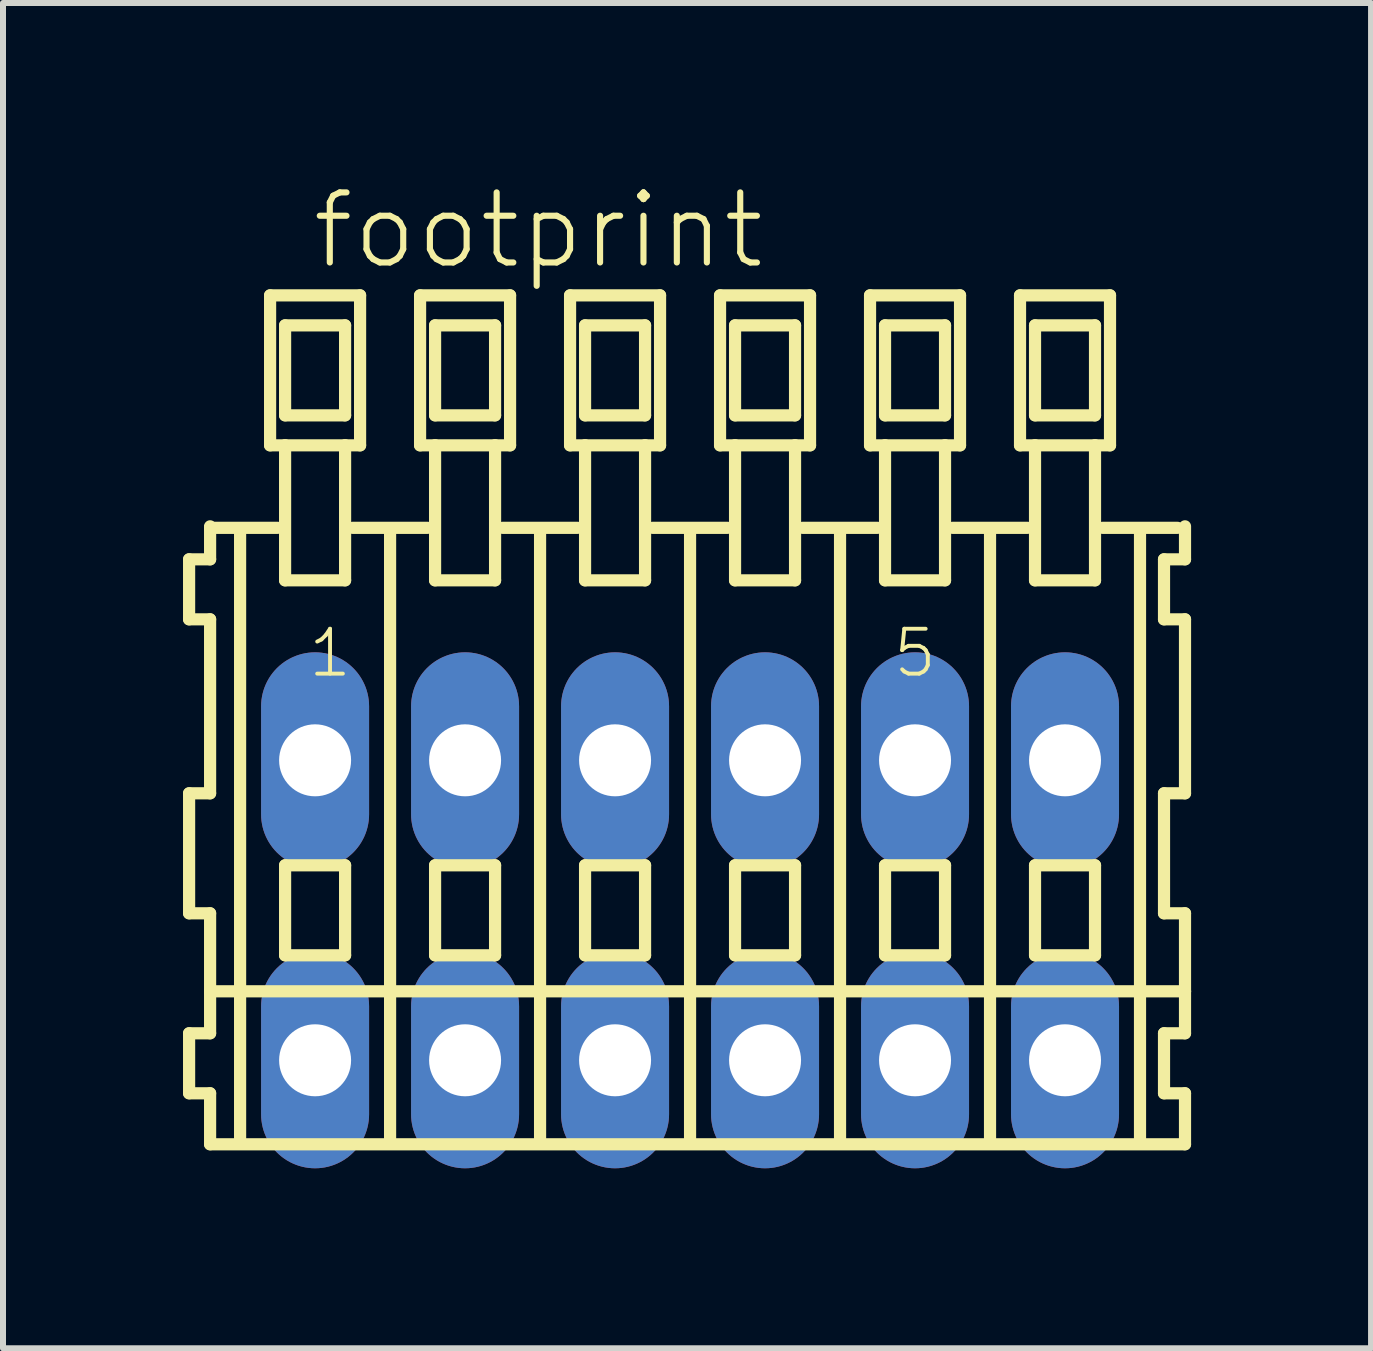
<source format=kicad_pcb>
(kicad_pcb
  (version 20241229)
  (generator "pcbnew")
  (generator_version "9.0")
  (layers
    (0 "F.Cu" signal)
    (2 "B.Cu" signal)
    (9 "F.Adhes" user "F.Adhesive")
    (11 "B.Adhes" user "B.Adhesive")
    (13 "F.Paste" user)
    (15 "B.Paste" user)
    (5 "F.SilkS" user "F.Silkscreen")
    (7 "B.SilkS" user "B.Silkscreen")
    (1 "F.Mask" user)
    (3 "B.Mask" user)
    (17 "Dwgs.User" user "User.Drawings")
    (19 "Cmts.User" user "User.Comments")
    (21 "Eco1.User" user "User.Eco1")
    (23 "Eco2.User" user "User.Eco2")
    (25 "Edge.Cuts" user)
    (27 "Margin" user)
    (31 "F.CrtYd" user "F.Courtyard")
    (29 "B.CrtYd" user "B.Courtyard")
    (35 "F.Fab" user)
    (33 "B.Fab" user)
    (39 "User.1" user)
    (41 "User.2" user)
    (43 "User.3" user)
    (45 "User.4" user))
  (footprint "footprint"
    (layer "F.Cu")
    (at 8.452 12.123)
    (property "Reference" "footprint" (at -6.35 -10.65 0) (layer "F.SilkS") (effects (font (size 1.168 1.168) (thickness 0.102)) (justify left bottom)))
    (fp_line (start -8.35 -5.85) (end -8.35 -4.85) (stroke (width 0.203) (type solid)) (layer "F.SilkS"))
    (fp_line (start -8.35 -4.85) (end -8 -4.85) (stroke (width 0.203) (type solid)) (layer "F.SilkS"))
    (fp_line (start -8.35 -1.95) (end -8.35 0.05) (stroke (width 0.203) (type solid)) (layer "F.SilkS"))
    (fp_line (start -8.35 0.05) (end -8 0.05) (stroke (width 0.203) (type solid)) (layer "F.SilkS"))
    (fp_line (start -8.35 2.05) (end -8.35 3.05) (stroke (width 0.203) (type solid)) (layer "F.SilkS"))
    (fp_line (start -8.35 3.05) (end -8 3.05) (stroke (width 0.203) (type solid)) (layer "F.SilkS"))
    (fp_line (start -8 -6.4) (end -8 -6.375) (stroke (width 0.203) (type solid)) (layer "F.SilkS"))
    (fp_line (start -8 -6.375) (end -8 -5.85) (stroke (width 0.203) (type solid)) (layer "F.SilkS"))
    (fp_line (start -8 -6.375) (end -6.875 -6.375) (stroke (width 0.203) (type solid)) (layer "F.SilkS"))
    (fp_line (start -8 -5.85) (end -8.35 -5.85) (stroke (width 0.203) (type solid)) (layer "F.SilkS"))
    (fp_line (start -8 -4.85) (end -8 -1.95) (stroke (width 0.203) (type solid)) (layer "F.SilkS"))
    (fp_line (start -8 -1.95) (end -8.35 -1.95) (stroke (width 0.203) (type solid)) (layer "F.SilkS"))
    (fp_line (start -8 0.05) (end -8 1.35) (stroke (width 0.203) (type solid)) (layer "F.SilkS"))
    (fp_line (start -8 1.35) (end -8 2.05) (stroke (width 0.203) (type solid)) (layer "F.SilkS"))
    (fp_line (start -8 1.35) (end 8.25 1.35) (stroke (width 0.203) (type solid)) (layer "F.SilkS"))
    (fp_line (start -8 2.05) (end -8.35 2.05) (stroke (width 0.203) (type solid)) (layer "F.SilkS"))
    (fp_line (start -8 3.05) (end -8 3.9) (stroke (width 0.203) (type solid)) (layer "F.SilkS"))
    (fp_line (start -8 3.9) (end 8.25 3.9) (stroke (width 0.203) (type solid)) (layer "F.SilkS"))
    (fp_line (start -7.5 -6.35) (end -7.5 3.8) (stroke (width 0.203) (type solid)) (layer "F.SilkS"))
    (fp_line (start -7 -10.25) (end -7 -7.75) (stroke (width 0.203) (type solid)) (layer "F.SilkS"))
    (fp_line (start -7 -7.75) (end -6.75 -7.75) (stroke (width 0.203) (type solid)) (layer "F.SilkS"))
    (fp_line (start -6.75 -9.75) (end -6.75 -8.25) (stroke (width 0.203) (type solid)) (layer "F.SilkS"))
    (fp_line (start -6.75 -8.25) (end -5.75 -8.25) (stroke (width 0.203) (type solid)) (layer "F.SilkS"))
    (fp_line (start -6.75 -7.75) (end -6.75 -5.5) (stroke (width 0.203) (type solid)) (layer "F.SilkS"))
    (fp_line (start -6.75 -7.75) (end -5.75 -7.75) (stroke (width 0.203) (type solid)) (layer "F.SilkS"))
    (fp_line (start -6.75 -5.5) (end -5.75 -5.5) (stroke (width 0.203) (type solid)) (layer "F.SilkS"))
    (fp_line (start -6.75 -0.75) (end -6.75 0.75) (stroke (width 0.203) (type solid)) (layer "F.SilkS"))
    (fp_line (start -6.75 0.75) (end -5.75 0.75) (stroke (width 0.203) (type solid)) (layer "F.SilkS"))
    (fp_line (start -5.75 -9.75) (end -6.75 -9.75) (stroke (width 0.203) (type solid)) (layer "F.SilkS"))
    (fp_line (start -5.75 -8.25) (end -5.75 -9.75) (stroke (width 0.203) (type solid)) (layer "F.SilkS"))
    (fp_line (start -5.75 -7.75) (end -5.5 -7.75) (stroke (width 0.203) (type solid)) (layer "F.SilkS"))
    (fp_line (start -5.75 -5.5) (end -5.75 -7.75) (stroke (width 0.203) (type solid)) (layer "F.SilkS"))
    (fp_line (start -5.75 -0.75) (end -6.75 -0.75) (stroke (width 0.203) (type solid)) (layer "F.SilkS"))
    (fp_line (start -5.75 0.75) (end -5.75 -0.75) (stroke (width 0.203) (type solid)) (layer "F.SilkS"))
    (fp_line (start -5.625 -6.375) (end -4.375 -6.375) (stroke (width 0.203) (type solid)) (layer "F.SilkS"))
    (fp_line (start -5.5 -10.25) (end -7 -10.25) (stroke (width 0.203) (type solid)) (layer "F.SilkS"))
    (fp_line (start -5.5 -7.75) (end -5.5 -10.25) (stroke (width 0.203) (type solid)) (layer "F.SilkS"))
    (fp_line (start -5 -6.35) (end -5 3.8) (stroke (width 0.203) (type solid)) (layer "F.SilkS"))
    (fp_line (start -4.5 -10.25) (end -4.5 -7.75) (stroke (width 0.203) (type solid)) (layer "F.SilkS"))
    (fp_line (start -4.5 -7.75) (end -4.25 -7.75) (stroke (width 0.203) (type solid)) (layer "F.SilkS"))
    (fp_line (start -4.25 -9.75) (end -4.25 -8.25) (stroke (width 0.203) (type solid)) (layer "F.SilkS"))
    (fp_line (start -4.25 -8.25) (end -3.25 -8.25) (stroke (width 0.203) (type solid)) (layer "F.SilkS"))
    (fp_line (start -4.25 -7.75) (end -4.25 -5.5) (stroke (width 0.203) (type solid)) (layer "F.SilkS"))
    (fp_line (start -4.25 -7.75) (end -3.25 -7.75) (stroke (width 0.203) (type solid)) (layer "F.SilkS"))
    (fp_line (start -4.25 -5.5) (end -3.25 -5.5) (stroke (width 0.203) (type solid)) (layer "F.SilkS"))
    (fp_line (start -4.25 -0.75) (end -4.25 0.75) (stroke (width 0.203) (type solid)) (layer "F.SilkS"))
    (fp_line (start -4.25 0.75) (end -3.25 0.75) (stroke (width 0.203) (type solid)) (layer "F.SilkS"))
    (fp_line (start -3.25 -9.75) (end -4.25 -9.75) (stroke (width 0.203) (type solid)) (layer "F.SilkS"))
    (fp_line (start -3.25 -8.25) (end -3.25 -9.75) (stroke (width 0.203) (type solid)) (layer "F.SilkS"))
    (fp_line (start -3.25 -7.75) (end -3 -7.75) (stroke (width 0.203) (type solid)) (layer "F.SilkS"))
    (fp_line (start -3.25 -5.5) (end -3.25 -7.75) (stroke (width 0.203) (type solid)) (layer "F.SilkS"))
    (fp_line (start -3.25 -0.75) (end -4.25 -0.75) (stroke (width 0.203) (type solid)) (layer "F.SilkS"))
    (fp_line (start -3.25 0.75) (end -3.25 -0.75) (stroke (width 0.203) (type solid)) (layer "F.SilkS"))
    (fp_line (start -3.125 -6.375) (end -1.875 -6.375) (stroke (width 0.203) (type solid)) (layer "F.SilkS"))
    (fp_line (start -3 -10.25) (end -4.5 -10.25) (stroke (width 0.203) (type solid)) (layer "F.SilkS"))
    (fp_line (start -3 -7.75) (end -3 -10.25) (stroke (width 0.203) (type solid)) (layer "F.SilkS"))
    (fp_line (start -2.5 -6.35) (end -2.5 3.8) (stroke (width 0.203) (type solid)) (layer "F.SilkS"))
    (fp_line (start -2 -10.25) (end -2 -7.75) (stroke (width 0.203) (type solid)) (layer "F.SilkS"))
    (fp_line (start -2 -7.75) (end -1.75 -7.75) (stroke (width 0.203) (type solid)) (layer "F.SilkS"))
    (fp_line (start -1.75 -9.75) (end -1.75 -8.25) (stroke (width 0.203) (type solid)) (layer "F.SilkS"))
    (fp_line (start -1.75 -8.25) (end -0.75 -8.25) (stroke (width 0.203) (type solid)) (layer "F.SilkS"))
    (fp_line (start -1.75 -7.75) (end -1.75 -5.5) (stroke (width 0.203) (type solid)) (layer "F.SilkS"))
    (fp_line (start -1.75 -7.75) (end -0.75 -7.75) (stroke (width 0.203) (type solid)) (layer "F.SilkS"))
    (fp_line (start -1.75 -5.5) (end -0.75 -5.5) (stroke (width 0.203) (type solid)) (layer "F.SilkS"))
    (fp_line (start -1.75 -0.75) (end -1.75 0.75) (stroke (width 0.203) (type solid)) (layer "F.SilkS"))
    (fp_line (start -1.75 0.75) (end -0.75 0.75) (stroke (width 0.203) (type solid)) (layer "F.SilkS"))
    (fp_line (start -0.75 -9.75) (end -1.75 -9.75) (stroke (width 0.203) (type solid)) (layer "F.SilkS"))
    (fp_line (start -0.75 -8.25) (end -0.75 -9.75) (stroke (width 0.203) (type solid)) (layer "F.SilkS"))
    (fp_line (start -0.75 -7.75) (end -0.5 -7.75) (stroke (width 0.203) (type solid)) (layer "F.SilkS"))
    (fp_line (start -0.75 -5.5) (end -0.75 -7.75) (stroke (width 0.203) (type solid)) (layer "F.SilkS"))
    (fp_line (start -0.75 -0.75) (end -1.75 -0.75) (stroke (width 0.203) (type solid)) (layer "F.SilkS"))
    (fp_line (start -0.75 0.75) (end -0.75 -0.75) (stroke (width 0.203) (type solid)) (layer "F.SilkS"))
    (fp_line (start -0.625 -6.375) (end 0.625 -6.375) (stroke (width 0.203) (type solid)) (layer "F.SilkS"))
    (fp_line (start -0.5 -10.25) (end -2 -10.25) (stroke (width 0.203) (type solid)) (layer "F.SilkS"))
    (fp_line (start -0.5 -7.75) (end -0.5 -10.25) (stroke (width 0.203) (type solid)) (layer "F.SilkS"))
    (fp_line (start 0 -6.35) (end 0 3.8) (stroke (width 0.203) (type solid)) (layer "F.SilkS"))
    (fp_line (start 0.5 -10.25) (end 0.5 -7.75) (stroke (width 0.203) (type solid)) (layer "F.SilkS"))
    (fp_line (start 0.5 -7.75) (end 0.75 -7.75) (stroke (width 0.203) (type solid)) (layer "F.SilkS"))
    (fp_line (start 0.75 -9.75) (end 0.75 -8.25) (stroke (width 0.203) (type solid)) (layer "F.SilkS"))
    (fp_line (start 0.75 -8.25) (end 1.75 -8.25) (stroke (width 0.203) (type solid)) (layer "F.SilkS"))
    (fp_line (start 0.75 -7.75) (end 0.75 -5.5) (stroke (width 0.203) (type solid)) (layer "F.SilkS"))
    (fp_line (start 0.75 -7.75) (end 1.75 -7.75) (stroke (width 0.203) (type solid)) (layer "F.SilkS"))
    (fp_line (start 0.75 -5.5) (end 1.75 -5.5) (stroke (width 0.203) (type solid)) (layer "F.SilkS"))
    (fp_line (start 0.75 -0.75) (end 0.75 0.75) (stroke (width 0.203) (type solid)) (layer "F.SilkS"))
    (fp_line (start 0.75 0.75) (end 1.75 0.75) (stroke (width 0.203) (type solid)) (layer "F.SilkS"))
    (fp_line (start 1.75 -9.75) (end 0.75 -9.75) (stroke (width 0.203) (type solid)) (layer "F.SilkS"))
    (fp_line (start 1.75 -8.25) (end 1.75 -9.75) (stroke (width 0.203) (type solid)) (layer "F.SilkS"))
    (fp_line (start 1.75 -7.75) (end 2 -7.75) (stroke (width 0.203) (type solid)) (layer "F.SilkS"))
    (fp_line (start 1.75 -5.5) (end 1.75 -7.75) (stroke (width 0.203) (type solid)) (layer "F.SilkS"))
    (fp_line (start 1.75 -0.75) (end 0.75 -0.75) (stroke (width 0.203) (type solid)) (layer "F.SilkS"))
    (fp_line (start 1.75 0.75) (end 1.75 -0.75) (stroke (width 0.203) (type solid)) (layer "F.SilkS"))
    (fp_line (start 1.875 -6.375) (end 3.125 -6.375) (stroke (width 0.203) (type solid)) (layer "F.SilkS"))
    (fp_line (start 2 -10.25) (end 0.5 -10.25) (stroke (width 0.203) (type solid)) (layer "F.SilkS"))
    (fp_line (start 2 -7.75) (end 2 -10.25) (stroke (width 0.203) (type solid)) (layer "F.SilkS"))
    (fp_line (start 2.5 -6.35) (end 2.5 3.8) (stroke (width 0.203) (type solid)) (layer "F.SilkS"))
    (fp_line (start 3 -10.25) (end 3 -7.75) (stroke (width 0.203) (type solid)) (layer "F.SilkS"))
    (fp_line (start 3 -7.75) (end 3.25 -7.75) (stroke (width 0.203) (type solid)) (layer "F.SilkS"))
    (fp_line (start 3.25 -9.75) (end 3.25 -8.25) (stroke (width 0.203) (type solid)) (layer "F.SilkS"))
    (fp_line (start 3.25 -8.25) (end 4.25 -8.25) (stroke (width 0.203) (type solid)) (layer "F.SilkS"))
    (fp_line (start 3.25 -7.75) (end 3.25 -5.5) (stroke (width 0.203) (type solid)) (layer "F.SilkS"))
    (fp_line (start 3.25 -7.75) (end 4.25 -7.75) (stroke (width 0.203) (type solid)) (layer "F.SilkS"))
    (fp_line (start 3.25 -5.5) (end 4.25 -5.5) (stroke (width 0.203) (type solid)) (layer "F.SilkS"))
    (fp_line (start 3.25 -0.75) (end 3.25 0.75) (stroke (width 0.203) (type solid)) (layer "F.SilkS"))
    (fp_line (start 3.25 0.75) (end 4.25 0.75) (stroke (width 0.203) (type solid)) (layer "F.SilkS"))
    (fp_line (start 4.25 -9.75) (end 3.25 -9.75) (stroke (width 0.203) (type solid)) (layer "F.SilkS"))
    (fp_line (start 4.25 -8.25) (end 4.25 -9.75) (stroke (width 0.203) (type solid)) (layer "F.SilkS"))
    (fp_line (start 4.25 -7.75) (end 4.5 -7.75) (stroke (width 0.203) (type solid)) (layer "F.SilkS"))
    (fp_line (start 4.25 -5.5) (end 4.25 -7.75) (stroke (width 0.203) (type solid)) (layer "F.SilkS"))
    (fp_line (start 4.25 -0.75) (end 3.25 -0.75) (stroke (width 0.203) (type solid)) (layer "F.SilkS"))
    (fp_line (start 4.25 0.75) (end 4.25 -0.75) (stroke (width 0.203) (type solid)) (layer "F.SilkS"))
    (fp_line (start 4.375 -6.375) (end 5.625 -6.375) (stroke (width 0.203) (type solid)) (layer "F.SilkS"))
    (fp_line (start 4.5 -10.25) (end 3 -10.25) (stroke (width 0.203) (type solid)) (layer "F.SilkS"))
    (fp_line (start 4.5 -7.75) (end 4.5 -10.25) (stroke (width 0.203) (type solid)) (layer "F.SilkS"))
    (fp_line (start 5 -6.35) (end 5 3.8) (stroke (width 0.203) (type solid)) (layer "F.SilkS"))
    (fp_line (start 5.5 -10.25) (end 5.5 -7.75) (stroke (width 0.203) (type solid)) (layer "F.SilkS"))
    (fp_line (start 5.5 -7.75) (end 5.75 -7.75) (stroke (width 0.203) (type solid)) (layer "F.SilkS"))
    (fp_line (start 5.75 -9.75) (end 5.75 -8.25) (stroke (width 0.203) (type solid)) (layer "F.SilkS"))
    (fp_line (start 5.75 -8.25) (end 6.75 -8.25) (stroke (width 0.203) (type solid)) (layer "F.SilkS"))
    (fp_line (start 5.75 -7.75) (end 5.75 -5.5) (stroke (width 0.203) (type solid)) (layer "F.SilkS"))
    (fp_line (start 5.75 -7.75) (end 6.75 -7.75) (stroke (width 0.203) (type solid)) (layer "F.SilkS"))
    (fp_line (start 5.75 -5.5) (end 6.75 -5.5) (stroke (width 0.203) (type solid)) (layer "F.SilkS"))
    (fp_line (start 5.75 -0.75) (end 5.75 0.75) (stroke (width 0.203) (type solid)) (layer "F.SilkS"))
    (fp_line (start 5.75 0.75) (end 6.75 0.75) (stroke (width 0.203) (type solid)) (layer "F.SilkS"))
    (fp_line (start 6.75 -9.75) (end 5.75 -9.75) (stroke (width 0.203) (type solid)) (layer "F.SilkS"))
    (fp_line (start 6.75 -8.25) (end 6.75 -9.75) (stroke (width 0.203) (type solid)) (layer "F.SilkS"))
    (fp_line (start 6.75 -7.75) (end 7 -7.75) (stroke (width 0.203) (type solid)) (layer "F.SilkS"))
    (fp_line (start 6.75 -5.5) (end 6.75 -7.75) (stroke (width 0.203) (type solid)) (layer "F.SilkS"))
    (fp_line (start 6.75 -0.75) (end 5.75 -0.75) (stroke (width 0.203) (type solid)) (layer "F.SilkS"))
    (fp_line (start 6.75 0.75) (end 6.75 -0.75) (stroke (width 0.203) (type solid)) (layer "F.SilkS"))
    (fp_line (start 6.875 -6.375) (end 8.125 -6.375) (stroke (width 0.203) (type solid)) (layer "F.SilkS"))
    (fp_line (start 7 -10.25) (end 5.5 -10.25) (stroke (width 0.203) (type solid)) (layer "F.SilkS"))
    (fp_line (start 7 -7.75) (end 7 -10.25) (stroke (width 0.203) (type solid)) (layer "F.SilkS"))
    (fp_line (start 7.5 -6.35) (end 7.5 3.8) (stroke (width 0.203) (type solid)) (layer "F.SilkS"))
    (fp_line (start 7.9 -5.85) (end 7.9 -4.85) (stroke (width 0.203) (type solid)) (layer "F.SilkS"))
    (fp_line (start 7.9 -4.85) (end 8.25 -4.85) (stroke (width 0.203) (type solid)) (layer "F.SilkS"))
    (fp_line (start 7.9 -1.95) (end 7.9 0.05) (stroke (width 0.203) (type solid)) (layer "F.SilkS"))
    (fp_line (start 7.9 0.05) (end 8.25 0.05) (stroke (width 0.203) (type solid)) (layer "F.SilkS"))
    (fp_line (start 7.9 2.05) (end 7.9 3.05) (stroke (width 0.203) (type solid)) (layer "F.SilkS"))
    (fp_line (start 7.9 3.05) (end 8.25 3.05) (stroke (width 0.203) (type solid)) (layer "F.SilkS"))
    (fp_line (start 8.25 -5.85) (end 7.9 -5.85) (stroke (width 0.203) (type solid)) (layer "F.SilkS"))
    (fp_line (start 8.25 -5.85) (end 8.25 -6.4) (stroke (width 0.203) (type solid)) (layer "F.SilkS"))
    (fp_line (start 8.25 -1.95) (end 7.9 -1.95) (stroke (width 0.203) (type solid)) (layer "F.SilkS"))
    (fp_line (start 8.25 -1.95) (end 8.25 -4.85) (stroke (width 0.203) (type solid)) (layer "F.SilkS"))
    (fp_line (start 8.25 1.35) (end 8.25 0.05) (stroke (width 0.203) (type solid)) (layer "F.SilkS"))
    (fp_line (start 8.25 2.05) (end 7.9 2.05) (stroke (width 0.203) (type solid)) (layer "F.SilkS"))
    (fp_line (start 8.25 2.05) (end 8.25 1.35) (stroke (width 0.203) (type solid)) (layer "F.SilkS"))
    (fp_line (start 8.25 3.9) (end 8.25 3.05) (stroke (width 0.203) (type solid)) (layer "F.SilkS"))
    (fp_text user "1" (at -6.4 -3.85 0) (layer "F.SilkS") (effects (font (size 0.748 0.748) (thickness 0.065)) (justify left bottom)))
    (fp_text user "5" (at 3.35 -3.85 0) (layer "F.SilkS") (effects (font (size 0.748 0.748) (thickness 0.065)) (justify left bottom)))
    (pad "A1" thru_hole oval (at -6.25 -2.5 90) (size 3.6 1.8) (drill 1.2) (layers "*.Cu" "*.Mask"))
    (pad "A2" thru_hole oval (at -3.75 -2.5 90) (size 3.6 1.8) (drill 1.2) (layers "*.Cu" "*.Mask"))
    (pad "A3" thru_hole oval (at -1.25 -2.5 90) (size 3.6 1.8) (drill 1.2) (layers "*.Cu" "*.Mask"))
    (pad "A4" thru_hole oval (at 1.25 -2.5 90) (size 3.6 1.8) (drill 1.2) (layers "*.Cu" "*.Mask"))
    (pad "A5" thru_hole oval (at 3.75 -2.5 90) (size 3.6 1.8) (drill 1.2) (layers "*.Cu" "*.Mask"))
    (pad "A6" thru_hole oval (at 6.25 -2.5 90) (size 3.6 1.8) (drill 1.2) (layers "*.Cu" "*.Mask"))
    (pad "B1" thru_hole oval (at -6.25 2.5 90) (size 3.6 1.8) (drill 1.2) (layers "*.Cu" "*.Mask"))
    (pad "B2" thru_hole oval (at -3.75 2.5 90) (size 3.6 1.8) (drill 1.2) (layers "*.Cu" "*.Mask"))
    (pad "B3" thru_hole oval (at -1.25 2.5 90) (size 3.6 1.8) (drill 1.2) (layers "*.Cu" "*.Mask"))
    (pad "B4" thru_hole oval (at 1.25 2.5 90) (size 3.6 1.8) (drill 1.2) (layers "*.Cu" "*.Mask"))
    (pad "B5" thru_hole oval (at 3.75 2.5 90) (size 3.6 1.8) (drill 1.2) (layers "*.Cu" "*.Mask"))
    (pad "B6" thru_hole oval (at 6.25 2.5 90) (size 3.6 1.8) (drill 1.2) (layers "*.Cu" "*.Mask")))
  (gr_rect
    (start -3 -3)
    (end 19.803 19.423)
    (stroke (width 0.1) (type default))
    (fill no)
    (layer "Edge.Cuts")))
</source>
